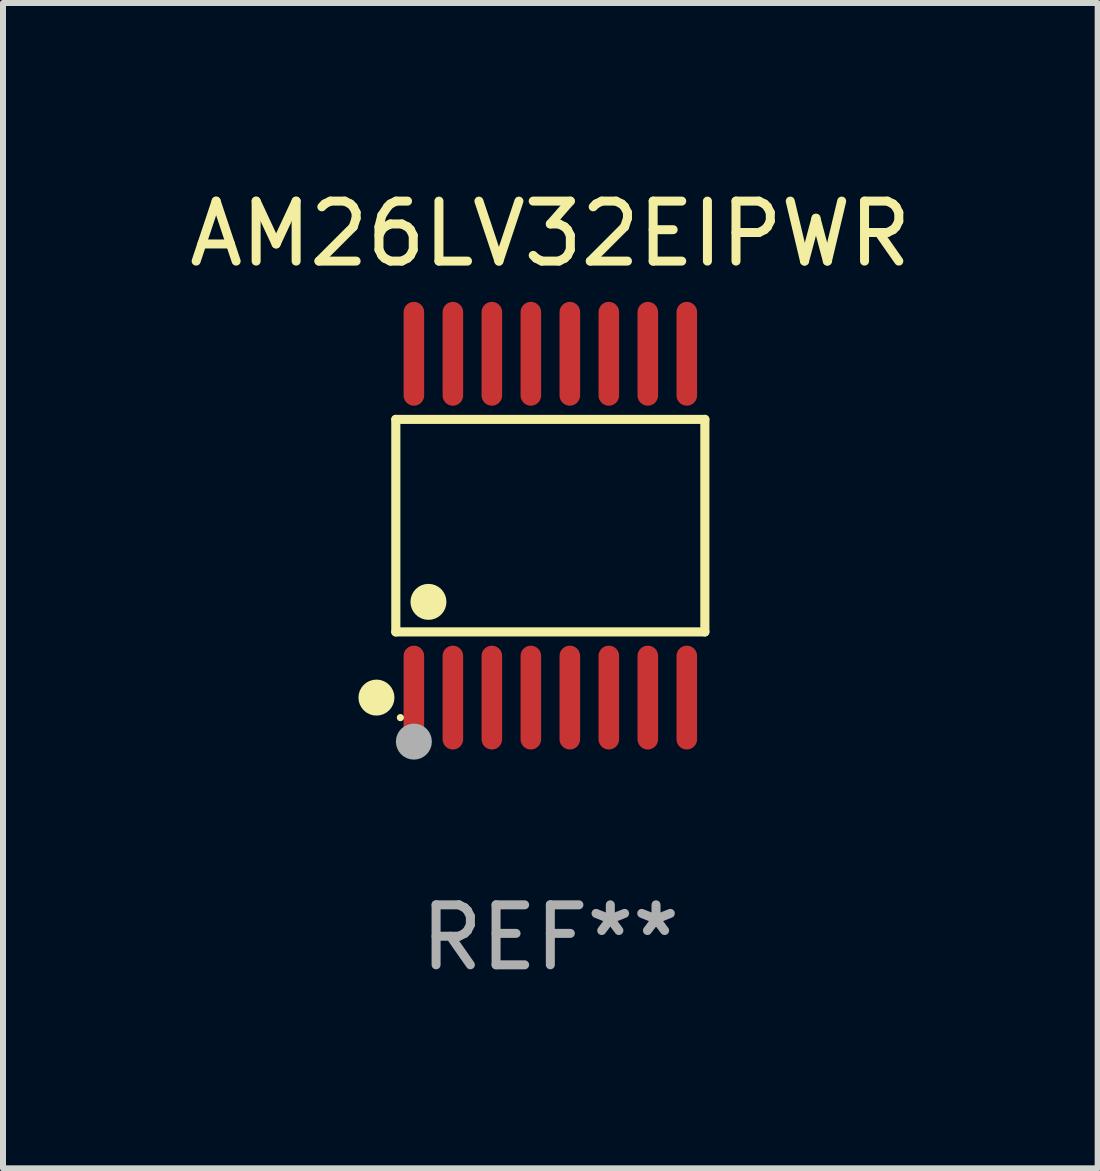
<source format=kicad_pcb>
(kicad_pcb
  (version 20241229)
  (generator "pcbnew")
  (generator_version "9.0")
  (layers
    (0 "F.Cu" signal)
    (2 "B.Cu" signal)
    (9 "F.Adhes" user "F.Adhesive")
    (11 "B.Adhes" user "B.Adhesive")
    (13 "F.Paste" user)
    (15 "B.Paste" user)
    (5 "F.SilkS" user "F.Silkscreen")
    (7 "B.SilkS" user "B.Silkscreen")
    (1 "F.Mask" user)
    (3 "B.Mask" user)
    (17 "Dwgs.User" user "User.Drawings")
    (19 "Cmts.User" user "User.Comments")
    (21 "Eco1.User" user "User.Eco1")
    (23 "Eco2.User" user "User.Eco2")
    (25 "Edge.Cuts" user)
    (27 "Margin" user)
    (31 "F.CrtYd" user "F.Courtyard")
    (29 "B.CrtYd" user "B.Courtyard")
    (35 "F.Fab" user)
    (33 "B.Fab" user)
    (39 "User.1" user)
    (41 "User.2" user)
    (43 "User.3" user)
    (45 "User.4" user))
  (footprint "AM26LV32EIPWR"
    (layer "F.Cu")
    (at 6.125 5.714)
    (property "Reference" "AM26LV32EIPWR" (at 0 -4.866 0) (layer "F.SilkS") (effects (font (size 1 1) (thickness 0.15))))
    (attr through_hole)
    (fp_line (start -2.576 -1.772) (end 2.576 -1.772) (stroke (width 0.152) (type solid)) (layer "F.SilkS"))
    (fp_line (start -2.576 1.771) (end -2.576 -1.772) (stroke (width 0.152) (type solid)) (layer "F.SilkS"))
    (fp_line (start 2.576 -1.772) (end 2.576 1.771) (stroke (width 0.152) (type solid)) (layer "F.SilkS"))
    (fp_line (start 2.576 1.771) (end -2.576 1.771) (stroke (width 0.152) (type solid)) (layer "F.SilkS"))
    (fp_circle (center -2.899 2.866) (end -2.749 2.866) (stroke (width 0.3) (type solid)) (fill no) (layer "F.SilkS"))
    (fp_circle (center -2.5 3.2) (end -2.47 3.2) (stroke (width 0.06) (type solid)) (fill no) (layer "F.SilkS"))
    (fp_circle (center -2.032 1.27) (end -1.882 1.27) (stroke (width 0.3) (type solid)) (fill no) (layer "F.SilkS"))
    (fp_circle (center -2.275 3.6) (end -2.125 3.6) (stroke (width 0.3) (type solid)) (fill no) (layer "F.Fab"))
    (fp_text user "REF**" (at 0 6.866 0) (layer "F.Fab") (effects (font (size 1 1) (thickness 0.15))))
    (pad "1" smd oval (at -2.275 2.866) (size 0.343 1.731) (layers "F.Cu" "F.Mask" "F.Paste"))
    (pad "2" smd oval (at -1.625 2.866) (size 0.343 1.731) (layers "F.Cu" "F.Mask" "F.Paste"))
    (pad "3" smd oval (at -0.975 2.866) (size 0.343 1.731) (layers "F.Cu" "F.Mask" "F.Paste"))
    (pad "4" smd oval (at -0.325 2.866) (size 0.343 1.731) (layers "F.Cu" "F.Mask" "F.Paste"))
    (pad "5" smd oval (at 0.325 2.866) (size 0.343 1.731) (layers "F.Cu" "F.Mask" "F.Paste"))
    (pad "6" smd oval (at 0.975 2.866) (size 0.343 1.731) (layers "F.Cu" "F.Mask" "F.Paste"))
    (pad "7" smd oval (at 1.625 2.866) (size 0.343 1.731) (layers "F.Cu" "F.Mask" "F.Paste"))
    (pad "8" smd oval (at 2.275 2.866) (size 0.343 1.731) (layers "F.Cu" "F.Mask" "F.Paste"))
    (pad "9" smd oval (at 2.275 -2.866) (size 0.343 1.731) (layers "F.Cu" "F.Mask" "F.Paste"))
    (pad "10" smd oval (at 1.625 -2.866) (size 0.343 1.731) (layers "F.Cu" "F.Mask" "F.Paste"))
    (pad "11" smd oval (at 0.975 -2.866) (size 0.343 1.731) (layers "F.Cu" "F.Mask" "F.Paste"))
    (pad "12" smd oval (at 0.325 -2.866) (size 0.343 1.731) (layers "F.Cu" "F.Mask" "F.Paste"))
    (pad "13" smd oval (at -0.325 -2.866) (size 0.343 1.731) (layers "F.Cu" "F.Mask" "F.Paste"))
    (pad "14" smd oval (at -0.975 -2.866) (size 0.343 1.731) (layers "F.Cu" "F.Mask" "F.Paste"))
    (pad "15" smd oval (at -1.625 -2.866) (size 0.343 1.731) (layers "F.Cu" "F.Mask" "F.Paste"))
    (pad "16" smd oval (at -2.275 -2.866) (size 0.343 1.731) (layers "F.Cu" "F.Mask" "F.Paste")))
  (gr_rect
    (start -3 -3)
    (end 15.25 16.428)
    (stroke (width 0.1) (type default))
    (fill no)
    (layer "Edge.Cuts")))
</source>
